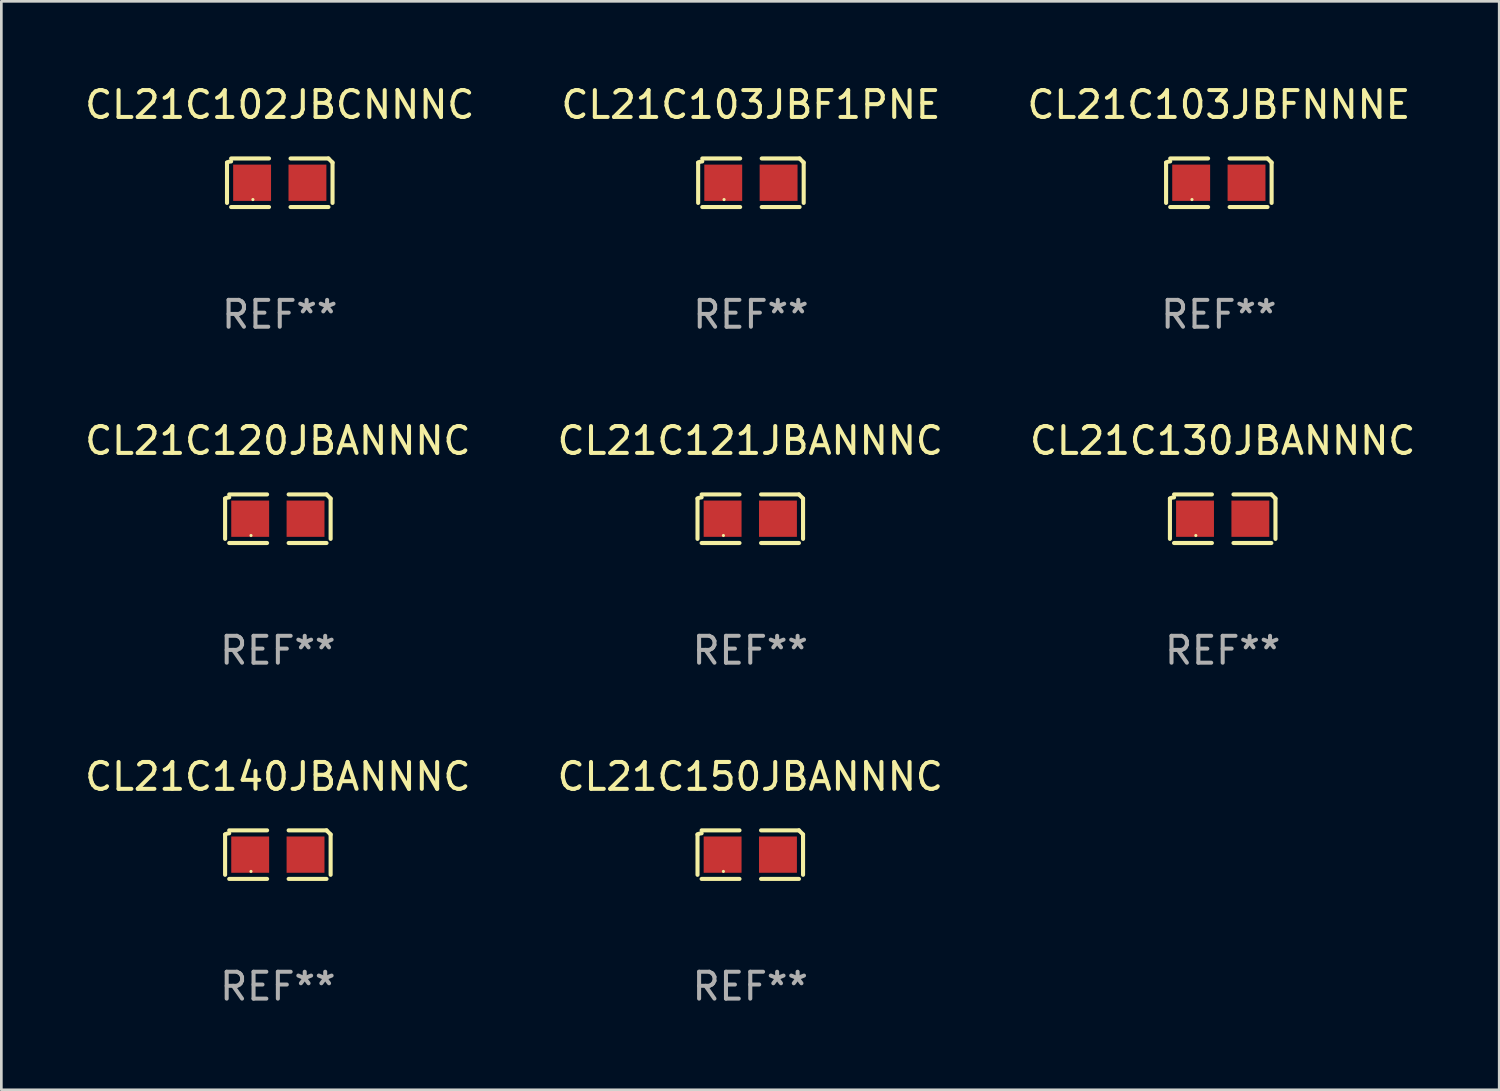
<source format=kicad_pcb>
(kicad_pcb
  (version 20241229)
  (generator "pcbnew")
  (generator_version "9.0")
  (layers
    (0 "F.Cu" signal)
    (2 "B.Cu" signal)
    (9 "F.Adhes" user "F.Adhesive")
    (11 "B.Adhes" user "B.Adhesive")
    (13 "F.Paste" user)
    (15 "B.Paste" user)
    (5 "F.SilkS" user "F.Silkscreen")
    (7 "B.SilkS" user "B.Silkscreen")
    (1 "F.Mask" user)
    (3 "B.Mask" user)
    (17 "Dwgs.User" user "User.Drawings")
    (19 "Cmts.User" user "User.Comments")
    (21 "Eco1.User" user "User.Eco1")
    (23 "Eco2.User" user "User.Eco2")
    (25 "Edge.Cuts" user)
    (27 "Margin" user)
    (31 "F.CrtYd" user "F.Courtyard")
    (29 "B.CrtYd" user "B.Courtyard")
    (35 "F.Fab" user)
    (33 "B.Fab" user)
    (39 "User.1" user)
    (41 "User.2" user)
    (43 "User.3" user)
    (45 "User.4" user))
  (footprint "CL21C140JBANNNC"
    (layer "F.Cu")
    (at 7.292 28.759)
    (property "Reference" "CL21C140JBANNNC" (at 0 -2.904 0) (layer "F.SilkS") (effects (font (size 1 1) (thickness 0.15))))
    (attr through_hole)
    (fp_line (start -1.964 0.751) (end -1.964 -0.751) (stroke (width 0.152) (type solid)) (layer "F.SilkS"))
    (fp_line (start -1.811 -0.904) (end -0.401 -0.904) (stroke (width 0.152) (type solid)) (layer "F.SilkS"))
    (fp_line (start -0.401 0.904) (end -1.811 0.904) (stroke (width 0.152) (type solid)) (layer "F.SilkS"))
    (fp_line (start 0.401 0.904) (end 1.811 0.904) (stroke (width 0.152) (type solid)) (layer "F.SilkS"))
    (fp_line (start 1.811 -0.904) (end 0.401 -0.904) (stroke (width 0.152) (type solid)) (layer "F.SilkS"))
    (fp_line (start 1.964 0.751) (end 1.964 -0.751) (stroke (width 0.152) (type solid)) (layer "F.SilkS"))
    (fp_arc (start -1.963602 -0.751207) (mid -1.890354 -0.783131) (end -1.811201 -0.794044) (stroke (width 0.1524) (type solid)) (layer "F.SilkS"))
    (fp_arc (start 1.811202 -0.903607) (mid 1.887413 -0.827418) (end 1.963602 -0.751207) (stroke (width 0.1524) (type solid)) (layer "F.SilkS"))
    (fp_circle (center -1 0.625) (end -0.97 0.625) (stroke (width 0.06) (type solid)) (fill no) (layer "F.SilkS"))
    (fp_text user "REF**" (at 0 4.904 0) (layer "F.Fab") (effects (font (size 1 1) (thickness 0.15))))
    (pad "1" smd rect (at -1.03 0) (size 1.41 1.35) (layers "F.Cu" "F.Mask" "F.Paste"))
    (pad "2" smd rect (at 1.03 0) (size 1.41 1.35) (layers "F.Cu" "F.Mask" "F.Paste")))
  (footprint "CL21C121JBANNNC"
    (layer "F.Cu")
    (at 24.875 16.256)
    (property "Reference" "CL21C121JBANNNC" (at 0 -2.904 0) (layer "F.SilkS") (effects (font (size 1 1) (thickness 0.15))))
    (attr through_hole)
    (fp_line (start -1.964 0.751) (end -1.964 -0.751) (stroke (width 0.152) (type solid)) (layer "F.SilkS"))
    (fp_line (start -1.811 -0.904) (end -0.401 -0.904) (stroke (width 0.152) (type solid)) (layer "F.SilkS"))
    (fp_line (start -0.401 0.904) (end -1.811 0.904) (stroke (width 0.152) (type solid)) (layer "F.SilkS"))
    (fp_line (start 0.401 0.904) (end 1.811 0.904) (stroke (width 0.152) (type solid)) (layer "F.SilkS"))
    (fp_line (start 1.811 -0.904) (end 0.401 -0.904) (stroke (width 0.152) (type solid)) (layer "F.SilkS"))
    (fp_line (start 1.964 0.751) (end 1.964 -0.751) (stroke (width 0.152) (type solid)) (layer "F.SilkS"))
    (fp_arc (start -1.963602 -0.751207) (mid -1.890354 -0.783131) (end -1.811201 -0.794044) (stroke (width 0.1524) (type solid)) (layer "F.SilkS"))
    (fp_arc (start 1.811202 -0.903607) (mid 1.887413 -0.827418) (end 1.963602 -0.751207) (stroke (width 0.1524) (type solid)) (layer "F.SilkS"))
    (fp_circle (center -1 0.625) (end -0.97 0.625) (stroke (width 0.06) (type solid)) (fill no) (layer "F.SilkS"))
    (fp_text user "REF**" (at 0 4.904 0) (layer "F.Fab") (effects (font (size 1 1) (thickness 0.15))))
    (pad "1" smd rect (at -1.03 0) (size 1.41 1.35) (layers "F.Cu" "F.Mask" "F.Paste"))
    (pad "2" smd rect (at 1.03 0) (size 1.41 1.35) (layers "F.Cu" "F.Mask" "F.Paste")))
  (footprint "CL21C103JBF1PNE"
    (layer "F.Cu")
    (at 24.899 3.752)
    (property "Reference" "CL21C103JBF1PNE" (at 0 -2.904 0) (layer "F.SilkS") (effects (font (size 1 1) (thickness 0.15))))
    (attr through_hole)
    (fp_line (start -1.964 0.751) (end -1.964 -0.751) (stroke (width 0.152) (type solid)) (layer "F.SilkS"))
    (fp_line (start -1.811 -0.904) (end -0.401 -0.904) (stroke (width 0.152) (type solid)) (layer "F.SilkS"))
    (fp_line (start -0.401 0.904) (end -1.811 0.904) (stroke (width 0.152) (type solid)) (layer "F.SilkS"))
    (fp_line (start 0.401 0.904) (end 1.811 0.904) (stroke (width 0.152) (type solid)) (layer "F.SilkS"))
    (fp_line (start 1.811 -0.904) (end 0.401 -0.904) (stroke (width 0.152) (type solid)) (layer "F.SilkS"))
    (fp_line (start 1.964 0.751) (end 1.964 -0.751) (stroke (width 0.152) (type solid)) (layer "F.SilkS"))
    (fp_arc (start -1.963602 -0.751207) (mid -1.890354 -0.783131) (end -1.811201 -0.794044) (stroke (width 0.1524) (type solid)) (layer "F.SilkS"))
    (fp_arc (start 1.811202 -0.903607) (mid 1.887413 -0.827418) (end 1.963602 -0.751207) (stroke (width 0.1524) (type solid)) (layer "F.SilkS"))
    (fp_circle (center -1 0.625) (end -0.97 0.625) (stroke (width 0.06) (type solid)) (fill no) (layer "F.SilkS"))
    (fp_text user "REF**" (at 0 4.904 0) (layer "F.Fab") (effects (font (size 1 1) (thickness 0.15))))
    (pad "1" smd rect (at -1.03 0) (size 1.41 1.35) (layers "F.Cu" "F.Mask" "F.Paste"))
    (pad "2" smd rect (at 1.03 0) (size 1.41 1.35) (layers "F.Cu" "F.Mask" "F.Paste")))
  (footprint "CL21C103JBFNNNE"
    (layer "F.Cu")
    (at 42.315 3.752)
    (property "Reference" "CL21C103JBFNNNE" (at 0 -2.904 0) (layer "F.SilkS") (effects (font (size 1 1) (thickness 0.15))))
    (attr through_hole)
    (fp_line (start -1.964 0.751) (end -1.964 -0.751) (stroke (width 0.152) (type solid)) (layer "F.SilkS"))
    (fp_line (start -1.811 -0.904) (end -0.401 -0.904) (stroke (width 0.152) (type solid)) (layer "F.SilkS"))
    (fp_line (start -0.401 0.904) (end -1.811 0.904) (stroke (width 0.152) (type solid)) (layer "F.SilkS"))
    (fp_line (start 0.401 0.904) (end 1.811 0.904) (stroke (width 0.152) (type solid)) (layer "F.SilkS"))
    (fp_line (start 1.811 -0.904) (end 0.401 -0.904) (stroke (width 0.152) (type solid)) (layer "F.SilkS"))
    (fp_line (start 1.964 0.751) (end 1.964 -0.751) (stroke (width 0.152) (type solid)) (layer "F.SilkS"))
    (fp_arc (start -1.963602 -0.751207) (mid -1.890354 -0.783131) (end -1.811201 -0.794044) (stroke (width 0.1524) (type solid)) (layer "F.SilkS"))
    (fp_arc (start 1.811202 -0.903607) (mid 1.887413 -0.827418) (end 1.963602 -0.751207) (stroke (width 0.1524) (type solid)) (layer "F.SilkS"))
    (fp_circle (center -1 0.625) (end -0.97 0.625) (stroke (width 0.06) (type solid)) (fill no) (layer "F.SilkS"))
    (fp_text user "REF**" (at 0 4.904 0) (layer "F.Fab") (effects (font (size 1 1) (thickness 0.15))))
    (pad "1" smd rect (at -1.03 0) (size 1.41 1.35) (layers "F.Cu" "F.Mask" "F.Paste"))
    (pad "2" smd rect (at 1.03 0) (size 1.41 1.35) (layers "F.Cu" "F.Mask" "F.Paste")))
  (footprint "CL21C120JBANNNC"
    (layer "F.Cu")
    (at 7.292 16.256)
    (property "Reference" "CL21C120JBANNNC" (at 0 -2.904 0) (layer "F.SilkS") (effects (font (size 1 1) (thickness 0.15))))
    (attr through_hole)
    (fp_line (start -1.964 0.751) (end -1.964 -0.751) (stroke (width 0.152) (type solid)) (layer "F.SilkS"))
    (fp_line (start -1.811 -0.904) (end -0.401 -0.904) (stroke (width 0.152) (type solid)) (layer "F.SilkS"))
    (fp_line (start -0.401 0.904) (end -1.811 0.904) (stroke (width 0.152) (type solid)) (layer "F.SilkS"))
    (fp_line (start 0.401 0.904) (end 1.811 0.904) (stroke (width 0.152) (type solid)) (layer "F.SilkS"))
    (fp_line (start 1.811 -0.904) (end 0.401 -0.904) (stroke (width 0.152) (type solid)) (layer "F.SilkS"))
    (fp_line (start 1.964 0.751) (end 1.964 -0.751) (stroke (width 0.152) (type solid)) (layer "F.SilkS"))
    (fp_arc (start -1.963602 -0.751207) (mid -1.890354 -0.783131) (end -1.811201 -0.794044) (stroke (width 0.1524) (type solid)) (layer "F.SilkS"))
    (fp_arc (start 1.811202 -0.903607) (mid 1.887413 -0.827418) (end 1.963602 -0.751207) (stroke (width 0.1524) (type solid)) (layer "F.SilkS"))
    (fp_circle (center -1 0.625) (end -0.97 0.625) (stroke (width 0.06) (type solid)) (fill no) (layer "F.SilkS"))
    (fp_text user "REF**" (at 0 4.904 0) (layer "F.Fab") (effects (font (size 1 1) (thickness 0.15))))
    (pad "1" smd rect (at -1.03 0) (size 1.41 1.35) (layers "F.Cu" "F.Mask" "F.Paste"))
    (pad "2" smd rect (at 1.03 0) (size 1.41 1.35) (layers "F.Cu" "F.Mask" "F.Paste")))
  (footprint "CL21C102JBCNNNC"
    (layer "F.Cu")
    (at 7.363 3.752)
    (property "Reference" "CL21C102JBCNNNC" (at 0 -2.904 0) (layer "F.SilkS") (effects (font (size 1 1) (thickness 0.15))))
    (attr through_hole)
    (fp_line (start -1.964 0.751) (end -1.964 -0.751) (stroke (width 0.152) (type solid)) (layer "F.SilkS"))
    (fp_line (start -1.811 -0.904) (end -0.401 -0.904) (stroke (width 0.152) (type solid)) (layer "F.SilkS"))
    (fp_line (start -0.401 0.904) (end -1.811 0.904) (stroke (width 0.152) (type solid)) (layer "F.SilkS"))
    (fp_line (start 0.401 0.904) (end 1.811 0.904) (stroke (width 0.152) (type solid)) (layer "F.SilkS"))
    (fp_line (start 1.811 -0.904) (end 0.401 -0.904) (stroke (width 0.152) (type solid)) (layer "F.SilkS"))
    (fp_line (start 1.964 0.751) (end 1.964 -0.751) (stroke (width 0.152) (type solid)) (layer "F.SilkS"))
    (fp_arc (start -1.963602 -0.751207) (mid -1.890354 -0.783131) (end -1.811201 -0.794044) (stroke (width 0.1524) (type solid)) (layer "F.SilkS"))
    (fp_arc (start 1.811202 -0.903607) (mid 1.887413 -0.827418) (end 1.963602 -0.751207) (stroke (width 0.1524) (type solid)) (layer "F.SilkS"))
    (fp_circle (center -1 0.625) (end -0.97 0.625) (stroke (width 0.06) (type solid)) (fill no) (layer "F.SilkS"))
    (fp_text user "REF**" (at 0 4.904 0) (layer "F.Fab") (effects (font (size 1 1) (thickness 0.15))))
    (pad "1" smd rect (at -1.03 0) (size 1.41 1.35) (layers "F.Cu" "F.Mask" "F.Paste"))
    (pad "2" smd rect (at 1.03 0) (size 1.41 1.35) (layers "F.Cu" "F.Mask" "F.Paste")))
  (footprint "CL21C150JBANNNC"
    (layer "F.Cu")
    (at 24.875 28.759)
    (property "Reference" "CL21C150JBANNNC" (at 0 -2.904 0) (layer "F.SilkS") (effects (font (size 1 1) (thickness 0.15))))
    (attr through_hole)
    (fp_line (start -1.964 0.751) (end -1.964 -0.751) (stroke (width 0.152) (type solid)) (layer "F.SilkS"))
    (fp_line (start -1.811 -0.904) (end -0.401 -0.904) (stroke (width 0.152) (type solid)) (layer "F.SilkS"))
    (fp_line (start -0.401 0.904) (end -1.811 0.904) (stroke (width 0.152) (type solid)) (layer "F.SilkS"))
    (fp_line (start 0.401 0.904) (end 1.811 0.904) (stroke (width 0.152) (type solid)) (layer "F.SilkS"))
    (fp_line (start 1.811 -0.904) (end 0.401 -0.904) (stroke (width 0.152) (type solid)) (layer "F.SilkS"))
    (fp_line (start 1.964 0.751) (end 1.964 -0.751) (stroke (width 0.152) (type solid)) (layer "F.SilkS"))
    (fp_arc (start -1.963602 -0.751207) (mid -1.890354 -0.783131) (end -1.811201 -0.794044) (stroke (width 0.1524) (type solid)) (layer "F.SilkS"))
    (fp_arc (start 1.811202 -0.903607) (mid 1.887413 -0.827418) (end 1.963602 -0.751207) (stroke (width 0.1524) (type solid)) (layer "F.SilkS"))
    (fp_circle (center -1 0.625) (end -0.97 0.625) (stroke (width 0.06) (type solid)) (fill no) (layer "F.SilkS"))
    (fp_text user "REF**" (at 0 4.904 0) (layer "F.Fab") (effects (font (size 1 1) (thickness 0.15))))
    (pad "1" smd rect (at -1.03 0) (size 1.41 1.35) (layers "F.Cu" "F.Mask" "F.Paste"))
    (pad "2" smd rect (at 1.03 0) (size 1.41 1.35) (layers "F.Cu" "F.Mask" "F.Paste")))
  (footprint "CL21C130JBANNNC"
    (layer "F.Cu")
    (at 42.458 16.256)
    (property "Reference" "CL21C130JBANNNC" (at 0 -2.904 0) (layer "F.SilkS") (effects (font (size 1 1) (thickness 0.15))))
    (attr through_hole)
    (fp_line (start -1.964 0.751) (end -1.964 -0.751) (stroke (width 0.152) (type solid)) (layer "F.SilkS"))
    (fp_line (start -1.811 -0.904) (end -0.401 -0.904) (stroke (width 0.152) (type solid)) (layer "F.SilkS"))
    (fp_line (start -0.401 0.904) (end -1.811 0.904) (stroke (width 0.152) (type solid)) (layer "F.SilkS"))
    (fp_line (start 0.401 0.904) (end 1.811 0.904) (stroke (width 0.152) (type solid)) (layer "F.SilkS"))
    (fp_line (start 1.811 -0.904) (end 0.401 -0.904) (stroke (width 0.152) (type solid)) (layer "F.SilkS"))
    (fp_line (start 1.964 0.751) (end 1.964 -0.751) (stroke (width 0.152) (type solid)) (layer "F.SilkS"))
    (fp_arc (start -1.963602 -0.751207) (mid -1.890354 -0.783131) (end -1.811201 -0.794044) (stroke (width 0.1524) (type solid)) (layer "F.SilkS"))
    (fp_arc (start 1.811202 -0.903607) (mid 1.887413 -0.827418) (end 1.963602 -0.751207) (stroke (width 0.1524) (type solid)) (layer "F.SilkS"))
    (fp_circle (center -1 0.625) (end -0.97 0.625) (stroke (width 0.06) (type solid)) (fill no) (layer "F.SilkS"))
    (fp_text user "REF**" (at 0 4.904 0) (layer "F.Fab") (effects (font (size 1 1) (thickness 0.15))))
    (pad "1" smd rect (at -1.03 0) (size 1.41 1.35) (layers "F.Cu" "F.Mask" "F.Paste"))
    (pad "2" smd rect (at 1.03 0) (size 1.41 1.35) (layers "F.Cu" "F.Mask" "F.Paste")))
  (gr_rect
    (start -3 -3)
    (end 52.75 37.511)
    (stroke (width 0.1) (type default))
    (fill no)
    (layer "Edge.Cuts")))
</source>
